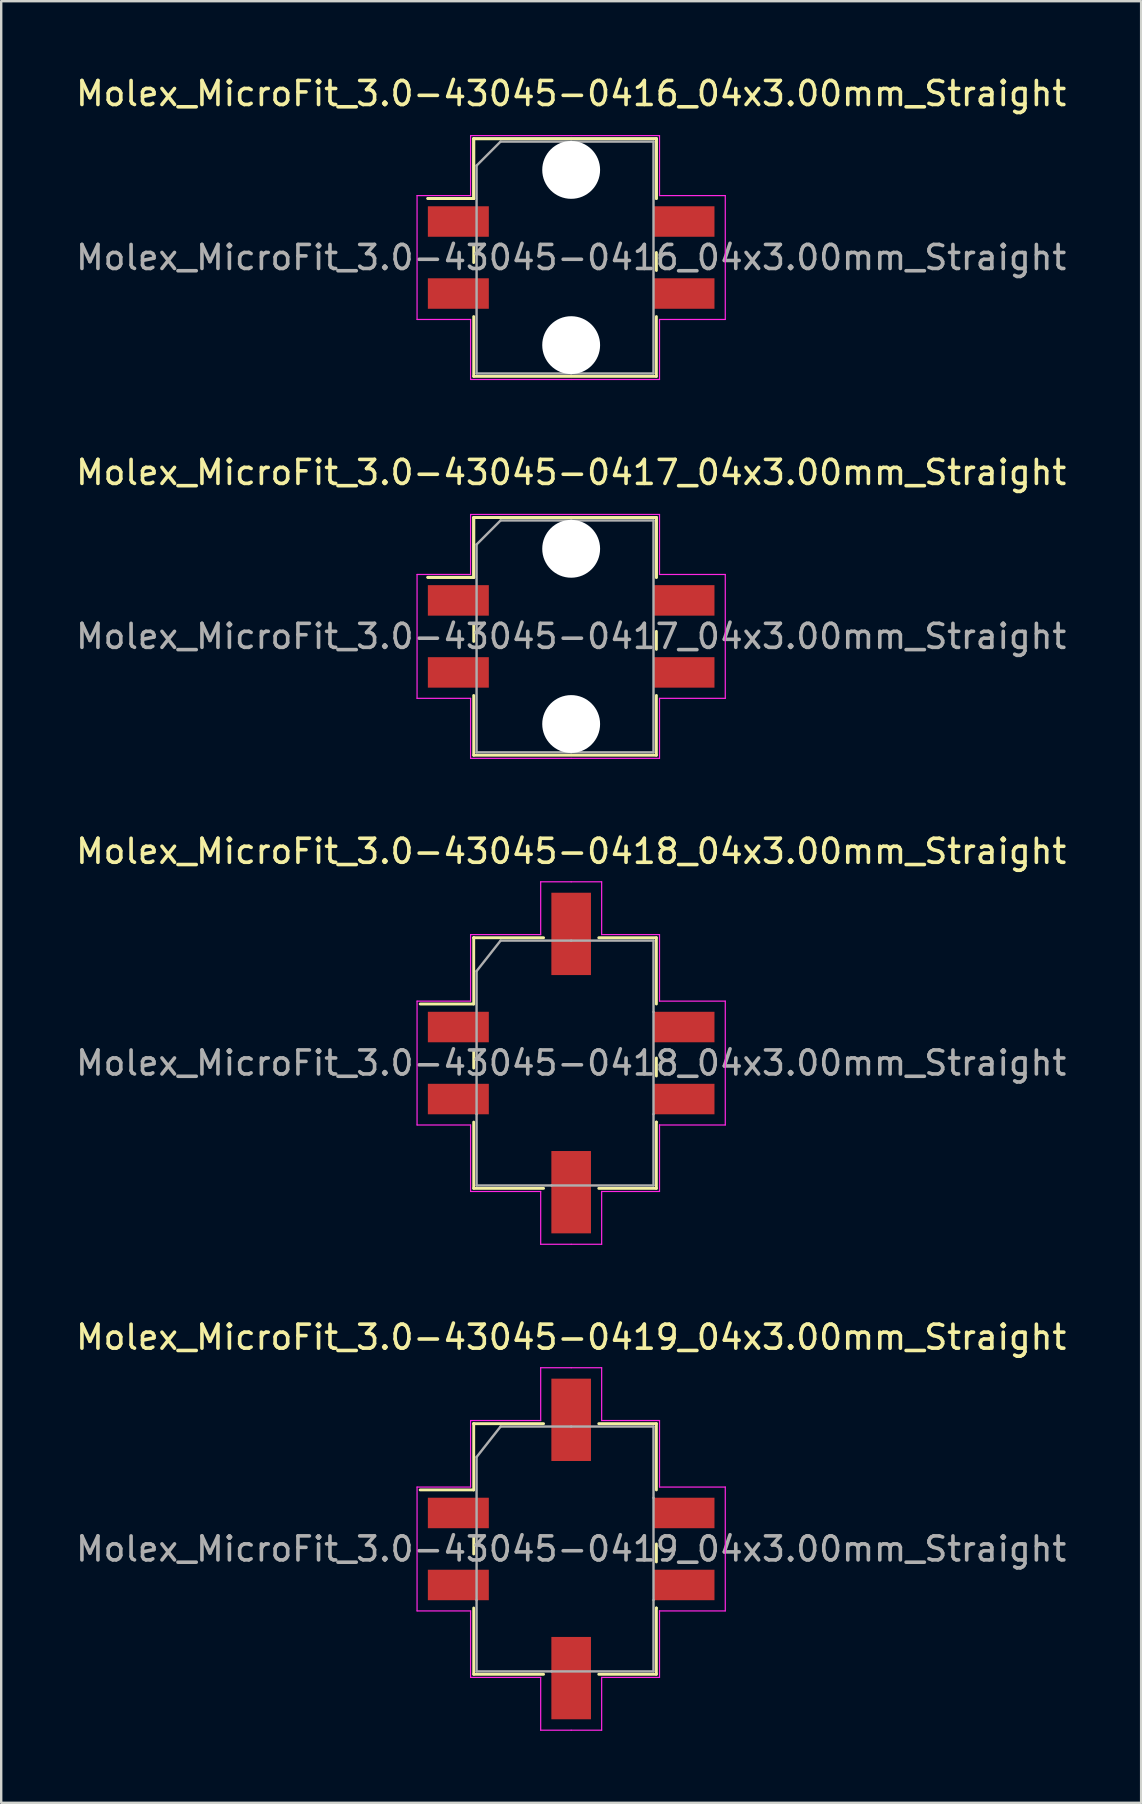
<source format=kicad_pcb>
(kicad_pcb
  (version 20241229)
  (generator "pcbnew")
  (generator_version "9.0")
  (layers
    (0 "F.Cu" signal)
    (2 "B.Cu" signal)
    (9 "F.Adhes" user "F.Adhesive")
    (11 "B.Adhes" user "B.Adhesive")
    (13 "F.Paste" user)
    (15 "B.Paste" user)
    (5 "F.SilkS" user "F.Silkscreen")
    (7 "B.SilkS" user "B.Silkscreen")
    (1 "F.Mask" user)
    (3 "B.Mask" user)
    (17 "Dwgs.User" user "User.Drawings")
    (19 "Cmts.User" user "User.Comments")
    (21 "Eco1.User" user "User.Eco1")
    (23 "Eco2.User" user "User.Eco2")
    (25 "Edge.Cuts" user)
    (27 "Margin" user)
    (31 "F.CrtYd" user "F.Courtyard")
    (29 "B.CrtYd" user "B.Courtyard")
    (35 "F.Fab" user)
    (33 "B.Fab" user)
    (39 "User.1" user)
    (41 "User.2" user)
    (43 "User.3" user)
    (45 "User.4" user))
  (footprint "Molex_MicroFit_3.0-43045-0419_04x3.00mm_Straight"
    (layer "F.Cu")
    (at 20.744 61.478)
    (property "Reference" "Molex_MicroFit_3.0-43045-0419_04x3.00mm_Straight" (at 0 -8.82 0) (layer "F.SilkS") (effects (font (size 1 1) (thickness 0.15))))
    (attr smd)
    (fp_line (start -6.29 -2.46) (end -4.06 -2.46) (stroke (width 0.12) (type solid)) (layer "F.SilkS"))
    (fp_line (start -4.06 -5.22) (end -4.06 -5.22) (stroke (width 0.12) (type solid)) (layer "F.SilkS"))
    (fp_line (start -4.06 -5.22) (end -1.15 -5.22) (stroke (width 0.12) (type solid)) (layer "F.SilkS"))
    (fp_line (start -4.06 -2.46) (end -4.06 -5.22) (stroke (width 0.12) (type solid)) (layer "F.SilkS"))
    (fp_line (start -4.06 -0.54) (end -4.06 0.21) (stroke (width 0.12) (type solid)) (layer "F.SilkS"))
    (fp_line (start -4.06 5.22) (end -4.06 2.46) (stroke (width 0.12) (type solid)) (layer "F.SilkS"))
    (fp_line (start -1.15 5.22) (end -4.06 5.22) (stroke (width 0.12) (type solid)) (layer "F.SilkS"))
    (fp_line (start 1.15 -5.22) (end 3.55 -5.22) (stroke (width 0.12) (type solid)) (layer "F.SilkS"))
    (fp_line (start 3.55 -5.22) (end 3.55 -2.46) (stroke (width 0.12) (type solid)) (layer "F.SilkS"))
    (fp_line (start 3.55 0.54) (end 3.55 -0.21) (stroke (width 0.12) (type solid)) (layer "F.SilkS"))
    (fp_line (start 3.55 2.46) (end 3.55 2.46) (stroke (width 0.12) (type solid)) (layer "F.SilkS"))
    (fp_line (start 3.55 2.46) (end 3.55 5.22) (stroke (width 0.12) (type solid)) (layer "F.SilkS"))
    (fp_line (start 3.55 5.22) (end 1.15 5.22) (stroke (width 0.12) (type solid)) (layer "F.SilkS"))
    (fp_line (start -6.42 -2.58) (end -4.19 -2.58) (stroke (width 0.05) (type solid)) (layer "F.CrtYd"))
    (fp_line (start -6.42 2.58) (end -6.42 -2.58) (stroke (width 0.05) (type solid)) (layer "F.CrtYd"))
    (fp_line (start -4.19 -5.35) (end -4.19 -5.35) (stroke (width 0.05) (type solid)) (layer "F.CrtYd"))
    (fp_line (start -4.19 -5.35) (end -1.27 -5.35) (stroke (width 0.05) (type solid)) (layer "F.CrtYd"))
    (fp_line (start -4.19 -2.58) (end -4.19 -5.35) (stroke (width 0.05) (type solid)) (layer "F.CrtYd"))
    (fp_line (start -4.19 2.58) (end -6.42 2.58) (stroke (width 0.05) (type solid)) (layer "F.CrtYd"))
    (fp_line (start -4.19 5.35) (end -4.19 2.58) (stroke (width 0.05) (type solid)) (layer "F.CrtYd"))
    (fp_line (start -1.27 -7.55) (end 0 -7.55) (stroke (width 0.05) (type solid)) (layer "F.CrtYd"))
    (fp_line (start -1.27 -5.35) (end -1.27 -7.55) (stroke (width 0.05) (type solid)) (layer "F.CrtYd"))
    (fp_line (start -1.27 5.35) (end -4.19 5.35) (stroke (width 0.05) (type solid)) (layer "F.CrtYd"))
    (fp_line (start -1.27 7.55) (end -1.27 5.35) (stroke (width 0.05) (type solid)) (layer "F.CrtYd"))
    (fp_line (start 0 -7.55) (end 1.27 -7.55) (stroke (width 0.05) (type solid)) (layer "F.CrtYd"))
    (fp_line (start 0 7.55) (end -1.27 7.55) (stroke (width 0.05) (type solid)) (layer "F.CrtYd"))
    (fp_line (start 1.27 -7.55) (end 1.27 -5.35) (stroke (width 0.05) (type solid)) (layer "F.CrtYd"))
    (fp_line (start 1.27 -5.35) (end 3.68 -5.35) (stroke (width 0.05) (type solid)) (layer "F.CrtYd"))
    (fp_line (start 1.27 5.35) (end 1.27 7.55) (stroke (width 0.05) (type solid)) (layer "F.CrtYd"))
    (fp_line (start 1.27 7.55) (end 0 7.55) (stroke (width 0.05) (type solid)) (layer "F.CrtYd"))
    (fp_line (start 3.68 -5.35) (end 3.68 -2.58) (stroke (width 0.05) (type solid)) (layer "F.CrtYd"))
    (fp_line (start 3.68 -2.58) (end 6.42 -2.58) (stroke (width 0.05) (type solid)) (layer "F.CrtYd"))
    (fp_line (start 3.68 2.58) (end 3.68 2.58) (stroke (width 0.05) (type solid)) (layer "F.CrtYd"))
    (fp_line (start 3.68 2.58) (end 3.68 5.35) (stroke (width 0.05) (type solid)) (layer "F.CrtYd"))
    (fp_line (start 3.68 5.35) (end 1.27 5.35) (stroke (width 0.05) (type solid)) (layer "F.CrtYd"))
    (fp_line (start 6.42 -2.58) (end 6.42 2.58) (stroke (width 0.05) (type solid)) (layer "F.CrtYd"))
    (fp_line (start 6.42 2.58) (end 3.68 2.58) (stroke (width 0.05) (type solid)) (layer "F.CrtYd"))
    (fp_line (start -3.94 -3.83) (end -2.94 -5.1) (stroke (width 0.1) (type solid)) (layer "F.Fab"))
    (fp_line (start -3.94 2.13) (end -3.94 -3.83) (stroke (width 0.1) (type solid)) (layer "F.Fab"))
    (fp_line (start -3.94 5.1) (end -3.94 2.13) (stroke (width 0.1) (type solid)) (layer "F.Fab"))
    (fp_line (start -2.94 -5.1) (end 0 -5.1) (stroke (width 0.1) (type solid)) (layer "F.Fab"))
    (fp_line (start -0.82 5.1) (end -3.94 5.1) (stroke (width 0.1) (type solid)) (layer "F.Fab"))
    (fp_line (start 0 -5.1) (end 3.43 -5.1) (stroke (width 0.1) (type solid)) (layer "F.Fab"))
    (fp_line (start 3.43 -5.1) (end 3.43 -2.13) (stroke (width 0.1) (type solid)) (layer "F.Fab"))
    (fp_line (start 3.43 -2.13) (end 3.43 2.13) (stroke (width 0.1) (type solid)) (layer "F.Fab"))
    (fp_line (start 3.43 2.13) (end 3.43 5.1) (stroke (width 0.1) (type solid)) (layer "F.Fab"))
    (fp_line (start 3.43 5.1) (end -0.82 5.1) (stroke (width 0.1) (type solid)) (layer "F.Fab"))
    (fp_text user "${REFERENCE}" (at 0 0 0) (layer "F.Fab") (effects (font (size 1 1) (thickness 0.15))))
    (pad "" smd rect (at 0 -5.38) (size 1.65 3.43) (layers "F.Cu" "F.Mask" "F.Paste"))
    (pad "" smd rect (at 0 5.38) (size 1.65 3.43) (layers "F.Cu" "F.Mask" "F.Paste"))
    (pad "1" smd rect (at -4.7 -1.5) (size 2.54 1.27) (layers "F.Cu" "F.Mask" "F.Paste"))
    (pad "2" smd rect (at -4.7 1.5) (size 2.54 1.27) (layers "F.Cu" "F.Mask" "F.Paste"))
    (pad "3" smd rect (at 4.7 1.5) (size 2.54 1.27) (layers "F.Cu" "F.Mask" "F.Paste"))
    (pad "4" smd rect (at 4.7 -1.5) (size 2.54 1.27) (layers "F.Cu" "F.Mask" "F.Paste")))
  (footprint "Molex_MicroFit_3.0-43045-0417_04x3.00mm_Straight"
    (layer "F.Cu")
    (at 20.744 23.462)
    (property "Reference" "Molex_MicroFit_3.0-43045-0417_04x3.00mm_Straight" (at 0 -6.83 0) (layer "F.SilkS") (effects (font (size 1 1) (thickness 0.15))))
    (attr smd)
    (fp_line (start -5.97 -2.46) (end -4.06 -2.46) (stroke (width 0.12) (type solid)) (layer "F.SilkS"))
    (fp_line (start -5.97 -2.46) (end -4.06 -2.46) (stroke (width 0.12) (type solid)) (layer "F.SilkS"))
    (fp_line (start -4.06 -4.95) (end 3.55 -4.95) (stroke (width 0.12) (type solid)) (layer "F.SilkS"))
    (fp_line (start -4.06 -4.95) (end 3.55 -4.95) (stroke (width 0.12) (type solid)) (layer "F.SilkS"))
    (fp_line (start -4.06 -2.46) (end -4.06 -4.95) (stroke (width 0.12) (type solid)) (layer "F.SilkS"))
    (fp_line (start -4.06 -2.46) (end -4.06 -4.95) (stroke (width 0.12) (type solid)) (layer "F.SilkS"))
    (fp_line (start -4.06 -0.54) (end -4.06 0.21) (stroke (width 0.12) (type solid)) (layer "F.SilkS"))
    (fp_line (start -4.06 4.95) (end -4.06 2.46) (stroke (width 0.12) (type solid)) (layer "F.SilkS"))
    (fp_line (start 3.55 -4.95) (end 3.55 -2.46) (stroke (width 0.12) (type solid)) (layer "F.SilkS"))
    (fp_line (start 3.55 -4.95) (end 3.55 -2.46) (stroke (width 0.12) (type solid)) (layer "F.SilkS"))
    (fp_line (start 3.55 0.54) (end 3.55 -0.21) (stroke (width 0.12) (type solid)) (layer "F.SilkS"))
    (fp_line (start 3.55 2.46) (end 3.55 4.95) (stroke (width 0.12) (type solid)) (layer "F.SilkS"))
    (fp_line (start 3.55 4.95) (end -4.06 4.95) (stroke (width 0.12) (type solid)) (layer "F.SilkS"))
    (fp_line (start -6.42 -2.58) (end -4.19 -2.58) (stroke (width 0.05) (type solid)) (layer "F.CrtYd"))
    (fp_line (start -6.42 2.58) (end -6.42 -2.58) (stroke (width 0.05) (type solid)) (layer "F.CrtYd"))
    (fp_line (start -4.19 -5.08) (end 0 -5.08) (stroke (width 0.05) (type solid)) (layer "F.CrtYd"))
    (fp_line (start -4.19 -2.58) (end -4.19 -5.08) (stroke (width 0.05) (type solid)) (layer "F.CrtYd"))
    (fp_line (start -4.19 2.58) (end -6.42 2.58) (stroke (width 0.05) (type solid)) (layer "F.CrtYd"))
    (fp_line (start -4.19 5.08) (end -4.19 2.58) (stroke (width 0.05) (type solid)) (layer "F.CrtYd"))
    (fp_line (start 0 -5.08) (end 3.68 -5.08) (stroke (width 0.05) (type solid)) (layer "F.CrtYd"))
    (fp_line (start 0 5.08) (end -4.19 5.08) (stroke (width 0.05) (type solid)) (layer "F.CrtYd"))
    (fp_line (start 3.68 -5.08) (end 3.68 -2.58) (stroke (width 0.05) (type solid)) (layer "F.CrtYd"))
    (fp_line (start 3.68 -2.58) (end 6.42 -2.58) (stroke (width 0.05) (type solid)) (layer "F.CrtYd"))
    (fp_line (start 3.68 2.58) (end 3.68 5.08) (stroke (width 0.05) (type solid)) (layer "F.CrtYd"))
    (fp_line (start 3.68 5.08) (end 0 5.08) (stroke (width 0.05) (type solid)) (layer "F.CrtYd"))
    (fp_line (start 6.42 -2.58) (end 6.42 2.58) (stroke (width 0.05) (type solid)) (layer "F.CrtYd"))
    (fp_line (start 6.42 2.58) (end 3.68 2.58) (stroke (width 0.05) (type solid)) (layer "F.CrtYd"))
    (fp_line (start -3.94 -3.83) (end -2.94 -4.83) (stroke (width 0.1) (type solid)) (layer "F.Fab"))
    (fp_line (start -3.94 4.83) (end -3.94 -3.83) (stroke (width 0.1) (type solid)) (layer "F.Fab"))
    (fp_line (start -2.94 -4.83) (end 0 -4.83) (stroke (width 0.1) (type solid)) (layer "F.Fab"))
    (fp_line (start 0 -4.83) (end 3.43 -4.83) (stroke (width 0.1) (type solid)) (layer "F.Fab"))
    (fp_line (start 0 4.83) (end -3.94 4.83) (stroke (width 0.1) (type solid)) (layer "F.Fab"))
    (fp_line (start 3.43 -4.83) (end 3.43 4.83) (stroke (width 0.1) (type solid)) (layer "F.Fab"))
    (fp_line (start 3.43 4.83) (end 0 4.83) (stroke (width 0.1) (type solid)) (layer "F.Fab"))
    (fp_text user "${REFERENCE}" (at 0 0 0) (layer "F.Fab") (effects (font (size 1 1) (thickness 0.15))))
    (pad "" np_thru_hole circle (at 0 -3.65) (size 2.41 2.41) (drill 2.41) (layers "*.Cu"))
    (pad "" np_thru_hole circle (at 0 3.65) (size 2.41 2.41) (drill 2.41) (layers "*.Cu"))
    (pad "1" smd rect (at -4.7 -1.5) (size 2.54 1.27) (layers "F.Cu" "F.Mask" "F.Paste"))
    (pad "2" smd rect (at -4.7 1.5) (size 2.54 1.27) (layers "F.Cu" "F.Mask" "F.Paste"))
    (pad "3" smd rect (at 4.7 1.5) (size 2.54 1.27) (layers "F.Cu" "F.Mask" "F.Paste"))
    (pad "4" smd rect (at 4.7 -1.5) (size 2.54 1.27) (layers "F.Cu" "F.Mask" "F.Paste")))
  (footprint "Molex_MicroFit_3.0-43045-0416_04x3.00mm_Straight"
    (layer "F.Cu")
    (at 20.744 7.678)
    (property "Reference" "Molex_MicroFit_3.0-43045-0416_04x3.00mm_Straight" (at 0 -6.83 0) (layer "F.SilkS") (effects (font (size 1 1) (thickness 0.15))))
    (attr smd)
    (fp_line (start -5.97 -2.46) (end -4.06 -2.46) (stroke (width 0.12) (type solid)) (layer "F.SilkS"))
    (fp_line (start -5.97 -2.46) (end -4.06 -2.46) (stroke (width 0.12) (type solid)) (layer "F.SilkS"))
    (fp_line (start -4.06 -4.95) (end 3.55 -4.95) (stroke (width 0.12) (type solid)) (layer "F.SilkS"))
    (fp_line (start -4.06 -4.95) (end 3.55 -4.95) (stroke (width 0.12) (type solid)) (layer "F.SilkS"))
    (fp_line (start -4.06 -2.46) (end -4.06 -4.95) (stroke (width 0.12) (type solid)) (layer "F.SilkS"))
    (fp_line (start -4.06 -2.46) (end -4.06 -4.95) (stroke (width 0.12) (type solid)) (layer "F.SilkS"))
    (fp_line (start -4.06 -0.54) (end -4.06 0.21) (stroke (width 0.12) (type solid)) (layer "F.SilkS"))
    (fp_line (start -4.06 4.95) (end -4.06 2.46) (stroke (width 0.12) (type solid)) (layer "F.SilkS"))
    (fp_line (start 3.55 -4.95) (end 3.55 -2.46) (stroke (width 0.12) (type solid)) (layer "F.SilkS"))
    (fp_line (start 3.55 -4.95) (end 3.55 -2.46) (stroke (width 0.12) (type solid)) (layer "F.SilkS"))
    (fp_line (start 3.55 0.54) (end 3.55 -0.21) (stroke (width 0.12) (type solid)) (layer "F.SilkS"))
    (fp_line (start 3.55 2.46) (end 3.55 4.95) (stroke (width 0.12) (type solid)) (layer "F.SilkS"))
    (fp_line (start 3.55 4.95) (end -4.06 4.95) (stroke (width 0.12) (type solid)) (layer "F.SilkS"))
    (fp_line (start -6.42 -2.58) (end -4.19 -2.58) (stroke (width 0.05) (type solid)) (layer "F.CrtYd"))
    (fp_line (start -6.42 2.58) (end -6.42 -2.58) (stroke (width 0.05) (type solid)) (layer "F.CrtYd"))
    (fp_line (start -4.19 -5.08) (end 0 -5.08) (stroke (width 0.05) (type solid)) (layer "F.CrtYd"))
    (fp_line (start -4.19 -2.58) (end -4.19 -5.08) (stroke (width 0.05) (type solid)) (layer "F.CrtYd"))
    (fp_line (start -4.19 2.58) (end -6.42 2.58) (stroke (width 0.05) (type solid)) (layer "F.CrtYd"))
    (fp_line (start -4.19 5.08) (end -4.19 2.58) (stroke (width 0.05) (type solid)) (layer "F.CrtYd"))
    (fp_line (start 0 -5.08) (end 3.68 -5.08) (stroke (width 0.05) (type solid)) (layer "F.CrtYd"))
    (fp_line (start 0 5.08) (end -4.19 5.08) (stroke (width 0.05) (type solid)) (layer "F.CrtYd"))
    (fp_line (start 3.68 -5.08) (end 3.68 -2.58) (stroke (width 0.05) (type solid)) (layer "F.CrtYd"))
    (fp_line (start 3.68 -2.58) (end 6.42 -2.58) (stroke (width 0.05) (type solid)) (layer "F.CrtYd"))
    (fp_line (start 3.68 2.58) (end 3.68 5.08) (stroke (width 0.05) (type solid)) (layer "F.CrtYd"))
    (fp_line (start 3.68 5.08) (end 0 5.08) (stroke (width 0.05) (type solid)) (layer "F.CrtYd"))
    (fp_line (start 6.42 -2.58) (end 6.42 2.58) (stroke (width 0.05) (type solid)) (layer "F.CrtYd"))
    (fp_line (start 6.42 2.58) (end 3.68 2.58) (stroke (width 0.05) (type solid)) (layer "F.CrtYd"))
    (fp_line (start -3.94 -3.83) (end -2.94 -4.83) (stroke (width 0.1) (type solid)) (layer "F.Fab"))
    (fp_line (start -3.94 4.83) (end -3.94 -3.83) (stroke (width 0.1) (type solid)) (layer "F.Fab"))
    (fp_line (start -2.94 -4.83) (end 0 -4.83) (stroke (width 0.1) (type solid)) (layer "F.Fab"))
    (fp_line (start 0 -4.83) (end 3.43 -4.83) (stroke (width 0.1) (type solid)) (layer "F.Fab"))
    (fp_line (start 0 4.83) (end -3.94 4.83) (stroke (width 0.1) (type solid)) (layer "F.Fab"))
    (fp_line (start 3.43 -4.83) (end 3.43 4.83) (stroke (width 0.1) (type solid)) (layer "F.Fab"))
    (fp_line (start 3.43 4.83) (end 0 4.83) (stroke (width 0.1) (type solid)) (layer "F.Fab"))
    (fp_text user "${REFERENCE}" (at 0 0 0) (layer "F.Fab") (effects (font (size 1 1) (thickness 0.15))))
    (pad "" np_thru_hole circle (at 0 -3.65) (size 2.41 2.41) (drill 2.41) (layers "*.Cu"))
    (pad "" np_thru_hole circle (at 0 3.65) (size 2.41 2.41) (drill 2.41) (layers "*.Cu"))
    (pad "1" smd rect (at -4.7 -1.5) (size 2.54 1.27) (layers "F.Cu" "F.Mask" "F.Paste"))
    (pad "2" smd rect (at -4.7 1.5) (size 2.54 1.27) (layers "F.Cu" "F.Mask" "F.Paste"))
    (pad "3" smd rect (at 4.7 1.5) (size 2.54 1.27) (layers "F.Cu" "F.Mask" "F.Paste"))
    (pad "4" smd rect (at 4.7 -1.5) (size 2.54 1.27) (layers "F.Cu" "F.Mask" "F.Paste")))
  (footprint "Molex_MicroFit_3.0-43045-0418_04x3.00mm_Straight"
    (layer "F.Cu")
    (at 20.744 41.235)
    (property "Reference" "Molex_MicroFit_3.0-43045-0418_04x3.00mm_Straight" (at 0 -8.82 0) (layer "F.SilkS") (effects (font (size 1 1) (thickness 0.15))))
    (attr smd)
    (fp_line (start -6.29 -2.46) (end -4.06 -2.46) (stroke (width 0.12) (type solid)) (layer "F.SilkS"))
    (fp_line (start -4.06 -5.22) (end -4.06 -5.22) (stroke (width 0.12) (type solid)) (layer "F.SilkS"))
    (fp_line (start -4.06 -5.22) (end -1.15 -5.22) (stroke (width 0.12) (type solid)) (layer "F.SilkS"))
    (fp_line (start -4.06 -2.46) (end -4.06 -5.22) (stroke (width 0.12) (type solid)) (layer "F.SilkS"))
    (fp_line (start -4.06 -0.54) (end -4.06 0.21) (stroke (width 0.12) (type solid)) (layer "F.SilkS"))
    (fp_line (start -4.06 5.22) (end -4.06 2.46) (stroke (width 0.12) (type solid)) (layer "F.SilkS"))
    (fp_line (start -1.15 5.22) (end -4.06 5.22) (stroke (width 0.12) (type solid)) (layer "F.SilkS"))
    (fp_line (start 1.15 -5.22) (end 3.55 -5.22) (stroke (width 0.12) (type solid)) (layer "F.SilkS"))
    (fp_line (start 3.55 -5.22) (end 3.55 -2.46) (stroke (width 0.12) (type solid)) (layer "F.SilkS"))
    (fp_line (start 3.55 0.54) (end 3.55 -0.21) (stroke (width 0.12) (type solid)) (layer "F.SilkS"))
    (fp_line (start 3.55 2.46) (end 3.55 2.46) (stroke (width 0.12) (type solid)) (layer "F.SilkS"))
    (fp_line (start 3.55 2.46) (end 3.55 5.22) (stroke (width 0.12) (type solid)) (layer "F.SilkS"))
    (fp_line (start 3.55 5.22) (end 1.15 5.22) (stroke (width 0.12) (type solid)) (layer "F.SilkS"))
    (fp_line (start -6.42 -2.58) (end -4.19 -2.58) (stroke (width 0.05) (type solid)) (layer "F.CrtYd"))
    (fp_line (start -6.42 2.58) (end -6.42 -2.58) (stroke (width 0.05) (type solid)) (layer "F.CrtYd"))
    (fp_line (start -4.19 -5.35) (end -4.19 -5.35) (stroke (width 0.05) (type solid)) (layer "F.CrtYd"))
    (fp_line (start -4.19 -5.35) (end -1.27 -5.35) (stroke (width 0.05) (type solid)) (layer "F.CrtYd"))
    (fp_line (start -4.19 -2.58) (end -4.19 -5.35) (stroke (width 0.05) (type solid)) (layer "F.CrtYd"))
    (fp_line (start -4.19 2.58) (end -6.42 2.58) (stroke (width 0.05) (type solid)) (layer "F.CrtYd"))
    (fp_line (start -4.19 5.35) (end -4.19 2.58) (stroke (width 0.05) (type solid)) (layer "F.CrtYd"))
    (fp_line (start -1.27 -7.55) (end 0 -7.55) (stroke (width 0.05) (type solid)) (layer "F.CrtYd"))
    (fp_line (start -1.27 -5.35) (end -1.27 -7.55) (stroke (width 0.05) (type solid)) (layer "F.CrtYd"))
    (fp_line (start -1.27 5.35) (end -4.19 5.35) (stroke (width 0.05) (type solid)) (layer "F.CrtYd"))
    (fp_line (start -1.27 7.55) (end -1.27 5.35) (stroke (width 0.05) (type solid)) (layer "F.CrtYd"))
    (fp_line (start 0 -7.55) (end 1.27 -7.55) (stroke (width 0.05) (type solid)) (layer "F.CrtYd"))
    (fp_line (start 0 7.55) (end -1.27 7.55) (stroke (width 0.05) (type solid)) (layer "F.CrtYd"))
    (fp_line (start 1.27 -7.55) (end 1.27 -5.35) (stroke (width 0.05) (type solid)) (layer "F.CrtYd"))
    (fp_line (start 1.27 -5.35) (end 3.68 -5.35) (stroke (width 0.05) (type solid)) (layer "F.CrtYd"))
    (fp_line (start 1.27 5.35) (end 1.27 7.55) (stroke (width 0.05) (type solid)) (layer "F.CrtYd"))
    (fp_line (start 1.27 7.55) (end 0 7.55) (stroke (width 0.05) (type solid)) (layer "F.CrtYd"))
    (fp_line (start 3.68 -5.35) (end 3.68 -2.58) (stroke (width 0.05) (type solid)) (layer "F.CrtYd"))
    (fp_line (start 3.68 -2.58) (end 6.42 -2.58) (stroke (width 0.05) (type solid)) (layer "F.CrtYd"))
    (fp_line (start 3.68 2.58) (end 3.68 2.58) (stroke (width 0.05) (type solid)) (layer "F.CrtYd"))
    (fp_line (start 3.68 2.58) (end 3.68 5.35) (stroke (width 0.05) (type solid)) (layer "F.CrtYd"))
    (fp_line (start 3.68 5.35) (end 1.27 5.35) (stroke (width 0.05) (type solid)) (layer "F.CrtYd"))
    (fp_line (start 6.42 -2.58) (end 6.42 2.58) (stroke (width 0.05) (type solid)) (layer "F.CrtYd"))
    (fp_line (start 6.42 2.58) (end 3.68 2.58) (stroke (width 0.05) (type solid)) (layer "F.CrtYd"))
    (fp_line (start -3.94 -3.83) (end -2.94 -5.1) (stroke (width 0.1) (type solid)) (layer "F.Fab"))
    (fp_line (start -3.94 2.13) (end -3.94 -3.83) (stroke (width 0.1) (type solid)) (layer "F.Fab"))
    (fp_line (start -3.94 5.1) (end -3.94 2.13) (stroke (width 0.1) (type solid)) (layer "F.Fab"))
    (fp_line (start -2.94 -5.1) (end 0 -5.1) (stroke (width 0.1) (type solid)) (layer "F.Fab"))
    (fp_line (start -0.82 5.1) (end -3.94 5.1) (stroke (width 0.1) (type solid)) (layer "F.Fab"))
    (fp_line (start 0 -5.1) (end 3.43 -5.1) (stroke (width 0.1) (type solid)) (layer "F.Fab"))
    (fp_line (start 3.43 -5.1) (end 3.43 -2.13) (stroke (width 0.1) (type solid)) (layer "F.Fab"))
    (fp_line (start 3.43 -2.13) (end 3.43 2.13) (stroke (width 0.1) (type solid)) (layer "F.Fab"))
    (fp_line (start 3.43 2.13) (end 3.43 5.1) (stroke (width 0.1) (type solid)) (layer "F.Fab"))
    (fp_line (start 3.43 5.1) (end -0.82 5.1) (stroke (width 0.1) (type solid)) (layer "F.Fab"))
    (fp_text user "${REFERENCE}" (at 0 0 0) (layer "F.Fab") (effects (font (size 1 1) (thickness 0.15))))
    (pad "" smd rect (at 0 -5.38) (size 1.65 3.43) (layers "F.Cu" "F.Mask" "F.Paste"))
    (pad "" smd rect (at 0 5.38) (size 1.65 3.43) (layers "F.Cu" "F.Mask" "F.Paste"))
    (pad "1" smd rect (at -4.7 -1.5) (size 2.54 1.27) (layers "F.Cu" "F.Mask" "F.Paste"))
    (pad "2" smd rect (at -4.7 1.5) (size 2.54 1.27) (layers "F.Cu" "F.Mask" "F.Paste"))
    (pad "3" smd rect (at 4.7 1.5) (size 2.54 1.27) (layers "F.Cu" "F.Mask" "F.Paste"))
    (pad "4" smd rect (at 4.7 -1.5) (size 2.54 1.27) (layers "F.Cu" "F.Mask" "F.Paste")))
  (gr_rect
    (start -3 -3)
    (end 44.488 72.053)
    (stroke (width 0.1) (type default))
    (fill no)
    (layer "Edge.Cuts")))
</source>
